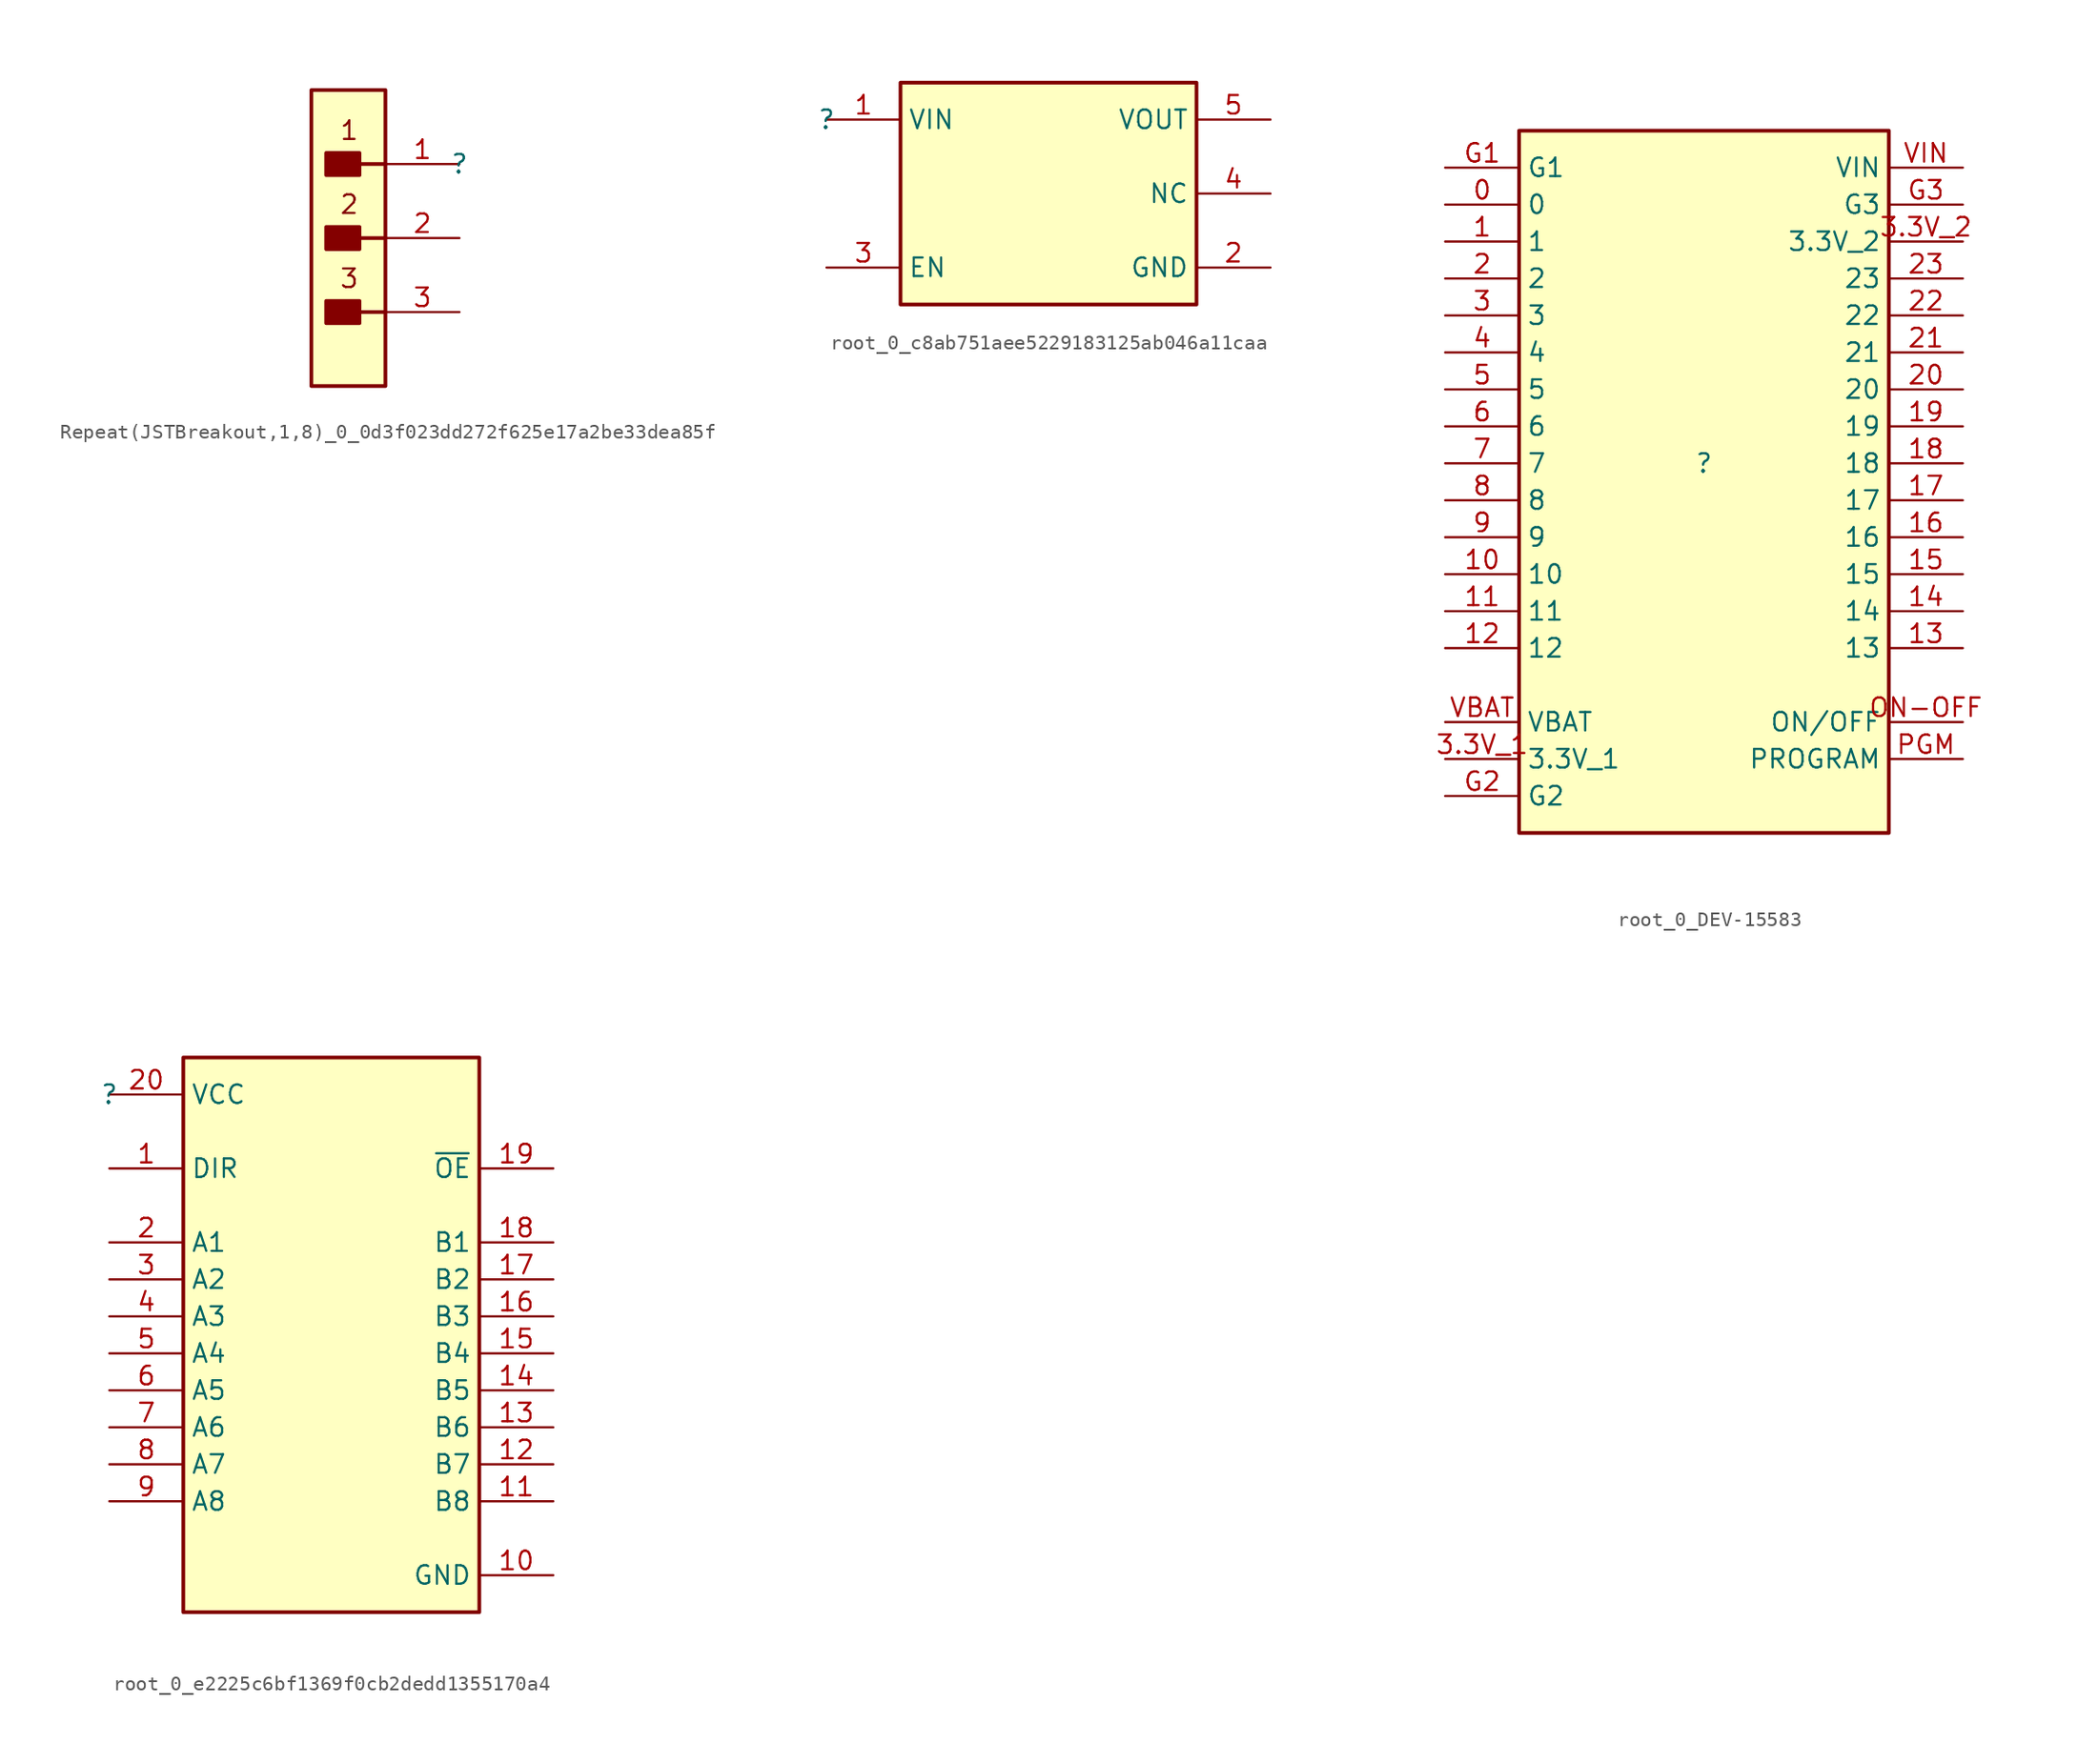
<source format=kicad_sym>
(kicad_symbol_lib
  (version 20231120)
  (generator "kicad_symbol_editor")
  (generator_version "8.0")
  (symbol "Repeat(JSTBreakout,1,8)_0_0d3f023dd272f625e17a2be33dea85f"
    (property "Reference" ""
      (at 0 0 0)
      (effects (font (size 1.27 1.27))))
    (property "Value" ""
      (at 0 0 0)
      (effects (font (size 1.27 1.27))))
    (symbol "Repeat(JSTBreakout,1,8)_0_0d3f023dd272f625e17a2be33dea85f_1_0"
      (rectangle (start -6.858 -9.398) (end -9.144 -10.922) (stroke (width 0.254) (type solid)) (fill (type outline)))
      (rectangle (start -6.858 -4.318) (end -9.144 -5.842) (stroke (width 0.254) (type solid)) (fill (type outline)))
      (rectangle (start -6.858 0.762) (end -9.144 -0.762) (stroke (width 0.254) (type solid)) (fill (type outline)))
      (rectangle (start -5.08 5.08) (end -10.16 -15.24) (stroke (width 0.254) (type solid) (color 128 0 0 1)) (fill (type background)))
      (polyline (pts (xy -6.858 -10.16) (xy -5.08 -10.16)) (stroke (width 0.254) (type solid)) (fill (type none)))
      (polyline (pts (xy -6.858 -5.08) (xy -5.08 -5.08)) (stroke (width 0.254) (type solid)) (fill (type none)))
      (polyline (pts (xy -6.858 0) (xy -5.08 0)) (stroke (width 0.254) (type solid)) (fill (type none)))
      (text "1" (at -6.858 3.048 0) (effects (font (size 1.27 1.27)) (justify right top)))
      (text "2" (at -6.858 -2.032 0) (effects (font (size 1.27 1.27)) (justify right top)))
      (text "3" (at -6.858 -7.112 0) (effects (font (size 1.27 1.27)) (justify right top)))
      (pin passive line (at 0 0 180) (length 5.08) (name "1" (effects (font (size 0 0)))) (number "1" (effects (font (size 1.27 1.27)))))
      (pin passive line (at 0 -5.08 180) (length 5.08) (name "2" (effects (font (size 0 0)))) (number "2" (effects (font (size 1.27 1.27)))))
      (pin passive line (at 0 -10.16 180) (length 5.08) (name "3" (effects (font (size 0 0)))) (number "3" (effects (font (size 1.27 1.27)))))))
  (symbol "root_0_c8ab751aee5229183125ab046a11caa"
    (property "Reference" ""
      (at 0 0 0)
      (effects (font (size 1.27 1.27))))
    (property "Value" ""
      (at 0 0 0)
      (effects (font (size 1.27 1.27))))
    (symbol "root_0_c8ab751aee5229183125ab046a11caa_1_0"
      (rectangle (start 25.4 2.54) (end 5.08 -12.7) (stroke (width 0.254) (type solid) (color 128 0 0 1)) (fill (type background)))
      (pin power_in line (at 0 0 0) (length 5.08) (name "VIN" (effects (font (size 1.27 1.27)))) (number "1" (effects (font (size 1.27 1.27)))))
      (pin power_in line (at 30.48 -10.16 180) (length 5.08) (name "GND" (effects (font (size 1.27 1.27)))) (number "2" (effects (font (size 1.27 1.27)))))
      (pin input line (at 0 -10.16 0) (length 5.08) (name "EN" (effects (font (size 1.27 1.27)))) (number "3" (effects (font (size 1.27 1.27)))))
      (pin passive line (at 30.48 -5.08 180) (length 5.08) (name "NC" (effects (font (size 1.27 1.27)))) (number "4" (effects (font (size 1.27 1.27)))))
      (pin power_in line (at 30.48 0 180) (length 5.08) (name "VOUT" (effects (font (size 1.27 1.27)))) (number "5" (effects (font (size 1.27 1.27)))))))
  (symbol "root_0_DEV-15583"
    (property "Reference" ""
      (at 0 0 0)
      (effects (font (size 1.27 1.27))))
    (property "Value" ""
      (at 0 0 0)
      (effects (font (size 1.27 1.27))))
    (symbol "root_0_DEV-15583_1_0"
      (rectangle (start 12.7 22.86) (end -12.7 -25.4) (stroke (width 0.254) (type solid) (color 128 0 0 1)) (fill (type background)))
      (pin bidirectional line (at -17.78 17.78 0) (length 5.08) (name "0" (effects (font (size 1.27 1.27)))) (number "0" (effects (font (size 1.27 1.27)))))
      (pin bidirectional line (at -17.78 15.24 0) (length 5.08) (name "1" (effects (font (size 1.27 1.27)))) (number "1" (effects (font (size 1.27 1.27)))))
      (pin bidirectional line (at -17.78 -7.62 0) (length 5.08) (name "10" (effects (font (size 1.27 1.27)))) (number "10" (effects (font (size 1.27 1.27)))))
      (pin bidirectional line (at -17.78 -10.16 0) (length 5.08) (name "11" (effects (font (size 1.27 1.27)))) (number "11" (effects (font (size 1.27 1.27)))))
      (pin bidirectional line (at -17.78 -12.7 0) (length 5.08) (name "12" (effects (font (size 1.27 1.27)))) (number "12" (effects (font (size 1.27 1.27)))))
      (pin bidirectional line (at 17.78 -12.7 180) (length 5.08) (name "13" (effects (font (size 1.27 1.27)))) (number "13" (effects (font (size 1.27 1.27)))))
      (pin bidirectional line (at 17.78 -10.16 180) (length 5.08) (name "14" (effects (font (size 1.27 1.27)))) (number "14" (effects (font (size 1.27 1.27)))))
      (pin bidirectional line (at 17.78 -7.62 180) (length 5.08) (name "15" (effects (font (size 1.27 1.27)))) (number "15" (effects (font (size 1.27 1.27)))))
      (pin bidirectional line (at 17.78 -5.08 180) (length 5.08) (name "16" (effects (font (size 1.27 1.27)))) (number "16" (effects (font (size 1.27 1.27)))))
      (pin bidirectional line (at 17.78 -2.54 180) (length 5.08) (name "17" (effects (font (size 1.27 1.27)))) (number "17" (effects (font (size 1.27 1.27)))))
      (pin bidirectional line (at 17.78 0 180) (length 5.08) (name "18" (effects (font (size 1.27 1.27)))) (number "18" (effects (font (size 1.27 1.27)))))
      (pin bidirectional line (at 17.78 2.54 180) (length 5.08) (name "19" (effects (font (size 1.27 1.27)))) (number "19" (effects (font (size 1.27 1.27)))))
      (pin bidirectional line (at -17.78 12.7 0) (length 5.08) (name "2" (effects (font (size 1.27 1.27)))) (number "2" (effects (font (size 1.27 1.27)))))
      (pin bidirectional line (at 17.78 5.08 180) (length 5.08) (name "20" (effects (font (size 1.27 1.27)))) (number "20" (effects (font (size 1.27 1.27)))))
      (pin bidirectional line (at 17.78 7.62 180) (length 5.08) (name "21" (effects (font (size 1.27 1.27)))) (number "21" (effects (font (size 1.27 1.27)))))
      (pin bidirectional line (at 17.78 10.16 180) (length 5.08) (name "22" (effects (font (size 1.27 1.27)))) (number "22" (effects (font (size 1.27 1.27)))))
      (pin bidirectional line (at 17.78 12.7 180) (length 5.08) (name "23" (effects (font (size 1.27 1.27)))) (number "23" (effects (font (size 1.27 1.27)))))
      (pin bidirectional line (at -17.78 10.16 0) (length 5.08) (name "3" (effects (font (size 1.27 1.27)))) (number "3" (effects (font (size 1.27 1.27)))))
      (pin power_in line (at -17.78 -20.32 0) (length 5.08) (name "3.3V_1" (effects (font (size 1.27 1.27)))) (number "3.3V_1" (effects (font (size 1.27 1.27)))))
      (pin power_in line (at 17.78 15.24 180) (length 5.08) (name "3.3V_2" (effects (font (size 1.27 1.27)))) (number "3.3V_2" (effects (font (size 1.27 1.27)))))
      (pin bidirectional line (at -17.78 7.62 0) (length 5.08) (name "4" (effects (font (size 1.27 1.27)))) (number "4" (effects (font (size 1.27 1.27)))))
      (pin bidirectional line (at -17.78 5.08 0) (length 5.08) (name "5" (effects (font (size 1.27 1.27)))) (number "5" (effects (font (size 1.27 1.27)))))
      (pin bidirectional line (at -17.78 2.54 0) (length 5.08) (name "6" (effects (font (size 1.27 1.27)))) (number "6" (effects (font (size 1.27 1.27)))))
      (pin bidirectional line (at -17.78 0 0) (length 5.08) (name "7" (effects (font (size 1.27 1.27)))) (number "7" (effects (font (size 1.27 1.27)))))
      (pin bidirectional line (at -17.78 -2.54 0) (length 5.08) (name "8" (effects (font (size 1.27 1.27)))) (number "8" (effects (font (size 1.27 1.27)))))
      (pin bidirectional line (at -17.78 -5.08 0) (length 5.08) (name "9" (effects (font (size 1.27 1.27)))) (number "9" (effects (font (size 1.27 1.27)))))
      (pin power_in line (at -17.78 20.32 0) (length 5.08) (name "G1" (effects (font (size 1.27 1.27)))) (number "G1" (effects (font (size 1.27 1.27)))))
      (pin power_in line (at -17.78 -22.86 0) (length 5.08) (name "G2" (effects (font (size 1.27 1.27)))) (number "G2" (effects (font (size 1.27 1.27)))))
      (pin power_in line (at 17.78 17.78 180) (length 5.08) (name "G3" (effects (font (size 1.27 1.27)))) (number "G3" (effects (font (size 1.27 1.27)))))
      (pin bidirectional line (at 17.78 -17.78 180) (length 5.08) (name "ON/OFF" (effects (font (size 1.27 1.27)))) (number "ON-OFF" (effects (font (size 1.27 1.27)))))
      (pin bidirectional line (at 17.78 -20.32 180) (length 5.08) (name "PROGRAM" (effects (font (size 1.27 1.27)))) (number "PGM" (effects (font (size 1.27 1.27)))))
      (pin power_in line (at -17.78 -17.78 0) (length 5.08) (name "VBAT" (effects (font (size 1.27 1.27)))) (number "VBAT" (effects (font (size 1.27 1.27)))))
      (pin power_in line (at 17.78 20.32 180) (length 5.08) (name "VIN" (effects (font (size 1.27 1.27)))) (number "VIN" (effects (font (size 1.27 1.27)))))))
  (symbol "root_0_e2225c6bf1369f0cb2dedd1355170a4"
    (property "Reference" ""
      (at 0 0 0)
      (effects (font (size 1.27 1.27))))
    (property "Value" ""
      (at 0 0 0)
      (effects (font (size 1.27 1.27))))
    (symbol "root_0_e2225c6bf1369f0cb2dedd1355170a4_1_0"
      (rectangle (start 25.4 2.54) (end 5.08 -35.56) (stroke (width 0.254) (type solid) (color 128 0 0 1)) (fill (type background)))
      (pin input line (at 0 -5.08 0) (length 5.08) (name "DIR" (effects (font (size 1.27 1.27)))) (number "1" (effects (font (size 1.27 1.27)))))
      (pin power_in line (at 30.48 -33.02 180) (length 5.08) (name "GND" (effects (font (size 1.27 1.27)))) (number "10" (effects (font (size 1.27 1.27)))))
      (pin bidirectional line (at 30.48 -27.94 180) (length 5.08) (name "B8" (effects (font (size 1.27 1.27)))) (number "11" (effects (font (size 1.27 1.27)))))
      (pin bidirectional line (at 30.48 -25.4 180) (length 5.08) (name "B7" (effects (font (size 1.27 1.27)))) (number "12" (effects (font (size 1.27 1.27)))))
      (pin bidirectional line (at 30.48 -22.86 180) (length 5.08) (name "B6" (effects (font (size 1.27 1.27)))) (number "13" (effects (font (size 1.27 1.27)))))
      (pin bidirectional line (at 30.48 -20.32 180) (length 5.08) (name "B5" (effects (font (size 1.27 1.27)))) (number "14" (effects (font (size 1.27 1.27)))))
      (pin bidirectional line (at 30.48 -17.78 180) (length 5.08) (name "B4" (effects (font (size 1.27 1.27)))) (number "15" (effects (font (size 1.27 1.27)))))
      (pin bidirectional line (at 30.48 -15.24 180) (length 5.08) (name "B3" (effects (font (size 1.27 1.27)))) (number "16" (effects (font (size 1.27 1.27)))))
      (pin bidirectional line (at 30.48 -12.7 180) (length 5.08) (name "B2" (effects (font (size 1.27 1.27)))) (number "17" (effects (font (size 1.27 1.27)))))
      (pin bidirectional line (at 30.48 -10.16 180) (length 5.08) (name "B1" (effects (font (size 1.27 1.27)))) (number "18" (effects (font (size 1.27 1.27)))))
      (pin input line (at 30.48 -5.08 180) (length 5.08) (name "~{OE}" (effects (font (size 1.27 1.27)))) (number "19" (effects (font (size 1.27 1.27)))))
      (pin bidirectional line (at 0 -10.16 0) (length 5.08) (name "A1" (effects (font (size 1.27 1.27)))) (number "2" (effects (font (size 1.27 1.27)))))
      (pin power_in line (at 0 0 0) (length 5.08) (name "VCC" (effects (font (size 1.27 1.27)))) (number "20" (effects (font (size 1.27 1.27)))))
      (pin bidirectional line (at 0 -12.7 0) (length 5.08) (name "A2" (effects (font (size 1.27 1.27)))) (number "3" (effects (font (size 1.27 1.27)))))
      (pin bidirectional line (at 0 -15.24 0) (length 5.08) (name "A3" (effects (font (size 1.27 1.27)))) (number "4" (effects (font (size 1.27 1.27)))))
      (pin bidirectional line (at 0 -17.78 0) (length 5.08) (name "A4" (effects (font (size 1.27 1.27)))) (number "5" (effects (font (size 1.27 1.27)))))
      (pin bidirectional line (at 0 -20.32 0) (length 5.08) (name "A5" (effects (font (size 1.27 1.27)))) (number "6" (effects (font (size 1.27 1.27)))))
      (pin bidirectional line (at 0 -22.86 0) (length 5.08) (name "A6" (effects (font (size 1.27 1.27)))) (number "7" (effects (font (size 1.27 1.27)))))
      (pin bidirectional line (at 0 -25.4 0) (length 5.08) (name "A7" (effects (font (size 1.27 1.27)))) (number "8" (effects (font (size 1.27 1.27)))))
      (pin bidirectional line (at 0 -27.94 0) (length 5.08) (name "A8" (effects (font (size 1.27 1.27)))) (number "9" (effects (font (size 1.27 1.27))))))))
</source>
